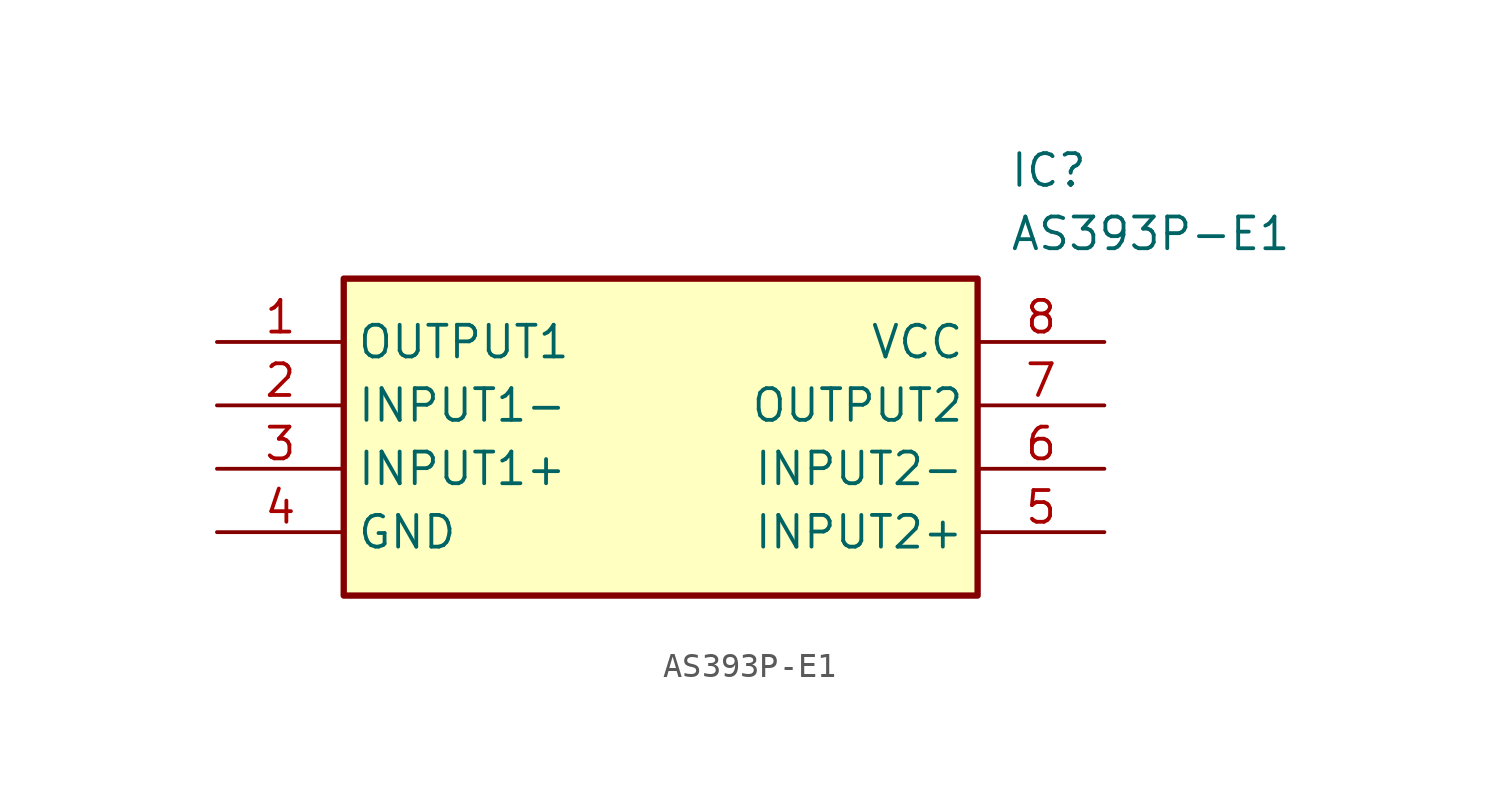
<source format=kicad_sym>
(kicad_symbol_lib
  (version 20211014)
  (generator SamacSys_ECAD_Model)
  (symbol "AS393P-E1"
    (property "Reference" "IC"
      (at 31.75 7.62 0)
      (effects (font (size 1.27 1.27)) (justify left top)))
    (property "Value" "AS393P-E1"
      (at 31.75 5.08 0)
      (effects (font (size 1.27 1.27)) (justify left top)))
    (rectangle
      (start 5.08 2.54)
      (end 30.48 -10.16)
      (stroke (width 0.254) (type default))
      (fill (type background)))
    (pin passive line
      (at 0 0 0)
      (length 5.08)
      (name "OUTPUT1" (effects (font (size 1.27 1.27))))
      (number "1" (effects (font (size 1.27 1.27)))))
    (pin passive line
      (at 0 -2.54 0)
      (length 5.08)
      (name "INPUT1-" (effects (font (size 1.27 1.27))))
      (number "2" (effects (font (size 1.27 1.27)))))
    (pin passive line
      (at 0 -5.08 0)
      (length 5.08)
      (name "INPUT1+" (effects (font (size 1.27 1.27))))
      (number "3" (effects (font (size 1.27 1.27)))))
    (pin passive line
      (at 0 -7.62 0)
      (length 5.08)
      (name "GND" (effects (font (size 1.27 1.27))))
      (number "4" (effects (font (size 1.27 1.27)))))
    (pin passive line
      (at 35.56 0 180)
      (length 5.08)
      (name "VCC" (effects (font (size 1.27 1.27))))
      (number "8" (effects (font (size 1.27 1.27)))))
    (pin passive line
      (at 35.56 -2.54 180)
      (length 5.08)
      (name "OUTPUT2" (effects (font (size 1.27 1.27))))
      (number "7" (effects (font (size 1.27 1.27)))))
    (pin passive line
      (at 35.56 -5.08 180)
      (length 5.08)
      (name "INPUT2-" (effects (font (size 1.27 1.27))))
      (number "6" (effects (font (size 1.27 1.27)))))
    (pin passive line
      (at 35.56 -7.62 180)
      (length 5.08)
      (name "INPUT2+" (effects (font (size 1.27 1.27))))
      (number "5" (effects (font (size 1.27 1.27)))))))
</source>
